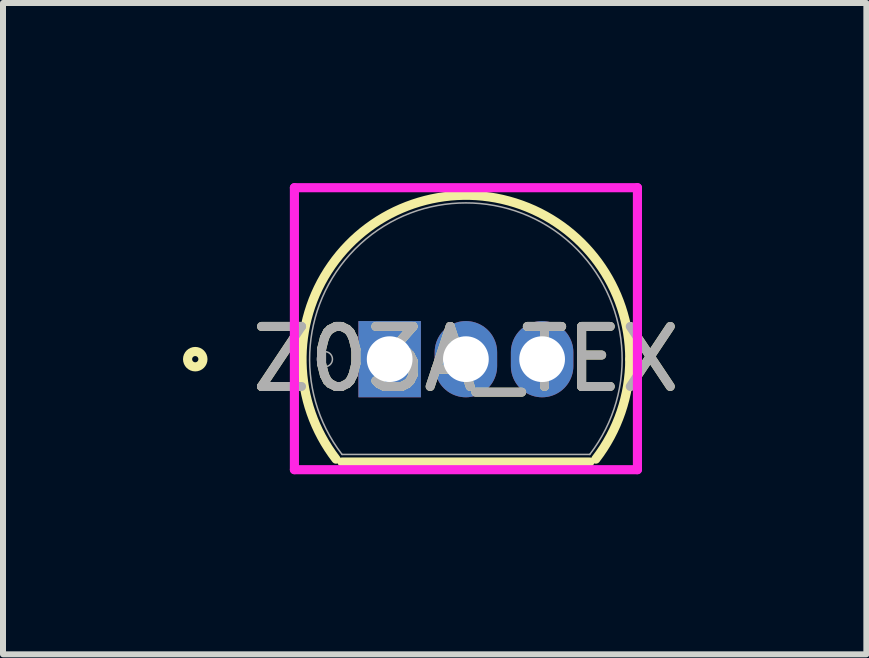
<source format=kicad_pcb>
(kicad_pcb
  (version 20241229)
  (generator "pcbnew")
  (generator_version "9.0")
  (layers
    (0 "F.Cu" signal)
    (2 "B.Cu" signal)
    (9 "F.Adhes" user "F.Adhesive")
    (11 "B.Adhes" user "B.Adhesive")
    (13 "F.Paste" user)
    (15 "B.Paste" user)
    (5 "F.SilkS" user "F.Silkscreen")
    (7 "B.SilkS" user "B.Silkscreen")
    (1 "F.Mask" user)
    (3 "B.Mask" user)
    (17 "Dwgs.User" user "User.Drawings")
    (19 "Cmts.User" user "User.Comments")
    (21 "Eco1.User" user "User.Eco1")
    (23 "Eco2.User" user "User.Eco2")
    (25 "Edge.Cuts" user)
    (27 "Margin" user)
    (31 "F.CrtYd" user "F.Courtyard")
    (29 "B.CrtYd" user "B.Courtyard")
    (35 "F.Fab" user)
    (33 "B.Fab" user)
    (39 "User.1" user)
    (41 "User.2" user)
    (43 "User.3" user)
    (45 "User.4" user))
  (footprint "Z03A_TEX"
    (layer "F.Cu")
    (at 3.442 2.934)
    (property "Reference" "Z03A_TEX" (at 1.27 0 0) (unlocked yes) (layer "F.SilkS") (effects (font (size 1 1) (thickness 0.15))))
    (attr through_hole)
    (fp_line (start -0.794 1.714) (end 3.334 1.714) (stroke (width 0.152) (type solid)) (layer "F.SilkS"))
    (fp_arc (start -0.894167 1.664936) (mid 0.39069 -2.585042) (end 4.0005 0) (stroke (width 0.1524) (type solid)) (layer "F.SilkS"))
    (fp_arc (start 4.0005 0.000001) (mid 3.855041 0.879313) (end 3.434164 1.66494) (stroke (width 0.1524) (type solid)) (layer "F.SilkS"))
    (fp_circle (center -3.239 0) (end -3.111 0) (stroke (width 0.152) (type solid)) (fill no) (layer "F.SilkS"))
    (fp_line (start -1.587 -2.857) (end 4.128 -2.857) (stroke (width 0.152) (type solid)) (layer "F.CrtYd"))
    (fp_line (start -1.587 1.841) (end -1.587 -2.857) (stroke (width 0.152) (type solid)) (layer "F.CrtYd"))
    (fp_line (start 4.128 -2.857) (end 4.128 1.841) (stroke (width 0.152) (type solid)) (layer "F.CrtYd"))
    (fp_line (start 4.128 1.841) (end -1.587 1.841) (stroke (width 0.152) (type solid)) (layer "F.CrtYd"))
    (fp_line (start -0.794 1.587) (end 3.334 1.587) (stroke (width 0.025) (type solid)) (layer "F.Fab"))
    (fp_line (start -0.254 0) (end 0.254 0) (stroke (width 0.152) (type solid)) (layer "F.Fab"))
    (fp_line (start 0 0.254) (end 0 -0.254) (stroke (width 0.152) (type solid)) (layer "F.Fab"))
    (fp_arc (start -0.793507 1.587499) (mid 1.270001 -2.6035) (end 3.333506 1.5875) (stroke (width 0.0254) (type solid)) (layer "F.Fab"))
    (fp_circle (center -1.079 0) (end -0.953 0) (stroke (width 0.025) (type solid)) (fill no) (layer "F.Fab"))
    (fp_text user "${REFERENCE}" (at 1.27 0 0) (unlocked yes) (layer "F.Fab") (effects (font (size 1 1) (thickness 0.15))))
    (pad "1" thru_hole rect (at 0 0) (size 1.041 1.27) (drill 0.762) (layers "*.Cu" "*.Mask"))
    (pad "2" thru_hole oval (at 1.27 0) (size 1.041 1.27) (drill 0.762) (layers "*.Cu" "*.Mask"))
    (pad "3" thru_hole oval (at 2.54 0) (size 1.041 1.27) (drill 0.762) (layers "*.Cu" "*.Mask")))
  (gr_rect
    (start -3 -3)
    (end 11.384 7.851)
    (stroke (width 0.1) (type default))
    (fill no)
    (layer "Edge.Cuts")))
</source>
